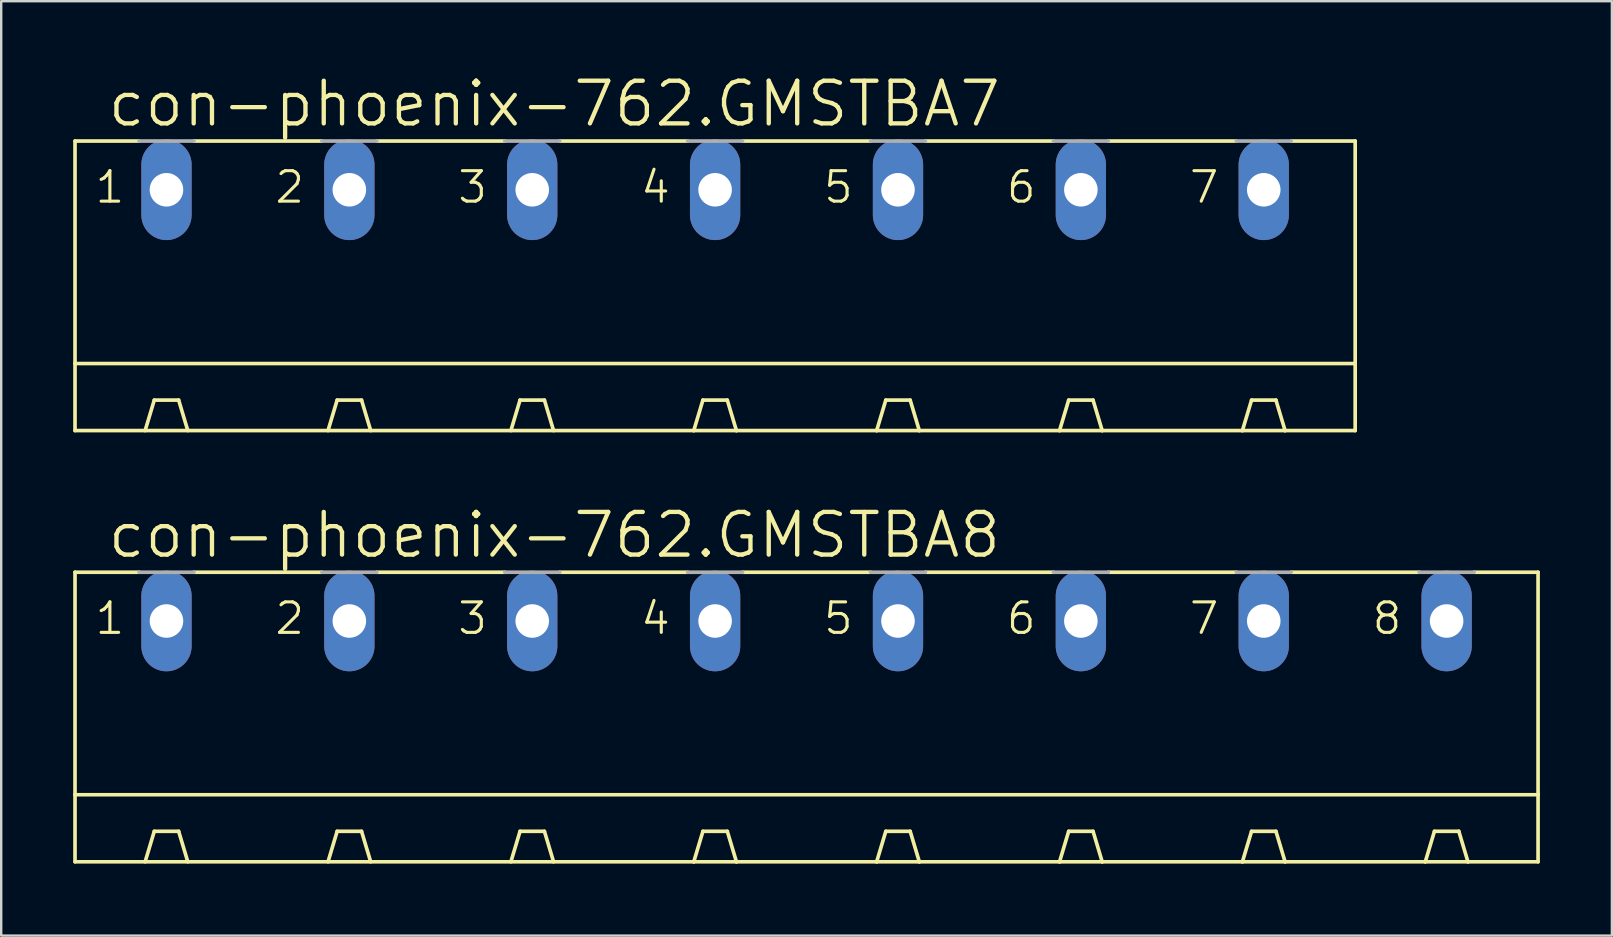
<source format=kicad_pcb>
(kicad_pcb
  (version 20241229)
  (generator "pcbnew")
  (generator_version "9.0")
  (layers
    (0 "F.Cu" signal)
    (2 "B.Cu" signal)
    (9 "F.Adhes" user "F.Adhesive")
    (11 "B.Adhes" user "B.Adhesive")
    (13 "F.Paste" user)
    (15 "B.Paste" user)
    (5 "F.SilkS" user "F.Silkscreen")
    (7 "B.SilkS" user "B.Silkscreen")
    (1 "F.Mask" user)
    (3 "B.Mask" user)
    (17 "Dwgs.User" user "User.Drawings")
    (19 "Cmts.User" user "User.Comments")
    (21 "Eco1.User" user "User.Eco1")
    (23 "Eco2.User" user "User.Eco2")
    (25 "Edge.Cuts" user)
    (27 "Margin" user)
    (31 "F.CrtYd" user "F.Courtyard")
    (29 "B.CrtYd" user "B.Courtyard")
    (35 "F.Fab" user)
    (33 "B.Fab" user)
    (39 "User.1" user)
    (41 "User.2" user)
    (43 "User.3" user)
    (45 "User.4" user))
  (footprint "con-phoenix-762.GMSTBA8"
    (layer "F.Cu")
    (at 30.556 27.905)
    (property "Reference" "con-phoenix-762.GMSTBA8" (at -29.21 -7.62 0) (layer "F.SilkS") (effects (font (size 1.778 1.778) (thickness 0.18)) (justify left bottom)))
    (attr through_hole)
    (fp_line (start -30.48 -7.112) (end -30.48 2.159) (stroke (width 0.152) (type default)) (layer "F.SilkS"))
    (fp_line (start -30.48 -7.112) (end -27.813 -7.112) (stroke (width 0.152) (type default)) (layer "F.SilkS"))
    (fp_line (start -30.48 2.159) (end -30.48 4.953) (stroke (width 0.152) (type default)) (layer "F.SilkS"))
    (fp_line (start -30.48 2.159) (end 30.48 2.159) (stroke (width 0.152) (type default)) (layer "F.SilkS"))
    (fp_line (start -27.559 4.953) (end -27.178 3.683) (stroke (width 0.152) (type default)) (layer "F.SilkS"))
    (fp_line (start -26.162 3.683) (end -27.178 3.683) (stroke (width 0.152) (type default)) (layer "F.SilkS"))
    (fp_line (start -25.781 4.953) (end -26.162 3.683) (stroke (width 0.152) (type default)) (layer "F.SilkS"))
    (fp_line (start -25.527 -7.112) (end -20.193 -7.112) (stroke (width 0.152) (type default)) (layer "F.SilkS"))
    (fp_line (start -19.939 4.953) (end -19.558 3.683) (stroke (width 0.152) (type default)) (layer "F.SilkS"))
    (fp_line (start -19.558 3.683) (end -18.542 3.683) (stroke (width 0.152) (type default)) (layer "F.SilkS"))
    (fp_line (start -18.161 4.953) (end -18.542 3.683) (stroke (width 0.152) (type default)) (layer "F.SilkS"))
    (fp_line (start -17.907 -7.112) (end -12.573 -7.112) (stroke (width 0.152) (type default)) (layer "F.SilkS"))
    (fp_line (start -12.319 4.953) (end -11.938 3.683) (stroke (width 0.152) (type default)) (layer "F.SilkS"))
    (fp_line (start -11.938 3.683) (end -10.922 3.683) (stroke (width 0.152) (type default)) (layer "F.SilkS"))
    (fp_line (start -10.541 4.953) (end -10.922 3.683) (stroke (width 0.152) (type default)) (layer "F.SilkS"))
    (fp_line (start -10.287 -7.112) (end -4.953 -7.112) (stroke (width 0.152) (type default)) (layer "F.SilkS"))
    (fp_line (start -4.699 4.953) (end -30.48 4.953) (stroke (width 0.152) (type default)) (layer "F.SilkS"))
    (fp_line (start -4.699 4.953) (end -4.318 3.683) (stroke (width 0.152) (type default)) (layer "F.SilkS"))
    (fp_line (start -4.318 3.683) (end -3.302 3.683) (stroke (width 0.152) (type default)) (layer "F.SilkS"))
    (fp_line (start -2.921 4.953) (end -4.699 4.953) (stroke (width 0.152) (type default)) (layer "F.SilkS"))
    (fp_line (start -2.921 4.953) (end -3.302 3.683) (stroke (width 0.152) (type default)) (layer "F.SilkS"))
    (fp_line (start -2.667 -7.112) (end 2.667 -7.112) (stroke (width 0.152) (type default)) (layer "F.SilkS"))
    (fp_line (start 2.921 4.953) (end -2.921 4.953) (stroke (width 0.152) (type default)) (layer "F.SilkS"))
    (fp_line (start 2.921 4.953) (end 3.302 3.683) (stroke (width 0.152) (type default)) (layer "F.SilkS"))
    (fp_line (start 3.302 3.683) (end 4.318 3.683) (stroke (width 0.152) (type default)) (layer "F.SilkS"))
    (fp_line (start 4.699 4.953) (end 2.921 4.953) (stroke (width 0.152) (type default)) (layer "F.SilkS"))
    (fp_line (start 4.699 4.953) (end 4.318 3.683) (stroke (width 0.152) (type default)) (layer "F.SilkS"))
    (fp_line (start 4.953 -7.112) (end 10.287 -7.112) (stroke (width 0.152) (type default)) (layer "F.SilkS"))
    (fp_line (start 10.541 4.953) (end 4.699 4.953) (stroke (width 0.152) (type default)) (layer "F.SilkS"))
    (fp_line (start 10.541 4.953) (end 10.922 3.683) (stroke (width 0.152) (type default)) (layer "F.SilkS"))
    (fp_line (start 10.922 3.683) (end 11.938 3.683) (stroke (width 0.152) (type default)) (layer "F.SilkS"))
    (fp_line (start 12.319 4.953) (end 10.541 4.953) (stroke (width 0.152) (type default)) (layer "F.SilkS"))
    (fp_line (start 12.319 4.953) (end 11.938 3.683) (stroke (width 0.152) (type default)) (layer "F.SilkS"))
    (fp_line (start 12.573 -7.112) (end 17.907 -7.112) (stroke (width 0.152) (type default)) (layer "F.SilkS"))
    (fp_line (start 18.161 4.953) (end 12.319 4.953) (stroke (width 0.152) (type default)) (layer "F.SilkS"))
    (fp_line (start 18.161 4.953) (end 18.542 3.683) (stroke (width 0.152) (type default)) (layer "F.SilkS"))
    (fp_line (start 18.542 3.683) (end 19.558 3.683) (stroke (width 0.152) (type default)) (layer "F.SilkS"))
    (fp_line (start 19.939 4.953) (end 18.161 4.953) (stroke (width 0.152) (type default)) (layer "F.SilkS"))
    (fp_line (start 19.939 4.953) (end 19.558 3.683) (stroke (width 0.152) (type default)) (layer "F.SilkS"))
    (fp_line (start 20.193 -7.112) (end 25.527 -7.112) (stroke (width 0.152) (type default)) (layer "F.SilkS"))
    (fp_line (start 25.781 4.953) (end 19.939 4.953) (stroke (width 0.152) (type default)) (layer "F.SilkS"))
    (fp_line (start 25.781 4.953) (end 26.162 3.683) (stroke (width 0.152) (type default)) (layer "F.SilkS"))
    (fp_line (start 26.162 3.683) (end 27.178 3.683) (stroke (width 0.152) (type default)) (layer "F.SilkS"))
    (fp_line (start 27.559 4.953) (end 25.781 4.953) (stroke (width 0.152) (type default)) (layer "F.SilkS"))
    (fp_line (start 27.559 4.953) (end 27.178 3.683) (stroke (width 0.152) (type default)) (layer "F.SilkS"))
    (fp_line (start 27.813 -7.112) (end 30.48 -7.112) (stroke (width 0.152) (type default)) (layer "F.SilkS"))
    (fp_line (start 30.48 -7.112) (end 30.48 2.159) (stroke (width 0.152) (type default)) (layer "F.SilkS"))
    (fp_line (start 30.48 2.159) (end 30.48 4.953) (stroke (width 0.152) (type default)) (layer "F.SilkS"))
    (fp_line (start 30.48 4.953) (end 27.559 4.953) (stroke (width 0.152) (type default)) (layer "F.SilkS"))
    (fp_line (start -27.813 -7.112) (end -25.527 -7.112) (stroke (width 0.152) (type default)) (layer "F.Fab"))
    (fp_line (start -20.193 -7.112) (end -17.907 -7.112) (stroke (width 0.152) (type default)) (layer "F.Fab"))
    (fp_line (start -12.573 -7.112) (end -10.287 -7.112) (stroke (width 0.152) (type default)) (layer "F.Fab"))
    (fp_line (start -4.953 -7.112) (end -2.667 -7.112) (stroke (width 0.152) (type default)) (layer "F.Fab"))
    (fp_line (start 2.667 -7.112) (end 4.953 -7.112) (stroke (width 0.152) (type default)) (layer "F.Fab"))
    (fp_line (start 10.287 -7.112) (end 12.573 -7.112) (stroke (width 0.152) (type default)) (layer "F.Fab"))
    (fp_line (start 17.907 -7.112) (end 20.193 -7.112) (stroke (width 0.152) (type default)) (layer "F.Fab"))
    (fp_line (start 25.527 -7.112) (end 27.813 -7.112) (stroke (width 0.152) (type default)) (layer "F.Fab"))
    (fp_text user "1" (at -29.718 -4.445 0) (layer "F.SilkS") (effects (font (size 1.27 1.27) (thickness 0.13)) (justify left bottom)))
    (fp_text user "3" (at -14.605 -4.445 0) (layer "F.SilkS") (effects (font (size 1.27 1.27) (thickness 0.13)) (justify left bottom)))
    (fp_text user "5" (at 0.635 -4.445 0) (layer "F.SilkS") (effects (font (size 1.27 1.27) (thickness 0.13)) (justify left bottom)))
    (fp_text user "7" (at 15.875 -4.445 0) (layer "F.SilkS") (effects (font (size 1.27 1.27) (thickness 0.13)) (justify left bottom)))
    (fp_text user "2" (at -22.225 -4.445 0) (layer "F.SilkS") (effects (font (size 1.27 1.27) (thickness 0.13)) (justify left bottom)))
    (fp_text user "6" (at 8.255 -4.445 0) (layer "F.SilkS") (effects (font (size 1.27 1.27) (thickness 0.13)) (justify left bottom)))
    (fp_text user "4" (at -6.985 -4.445 0) (layer "F.SilkS") (effects (font (size 1.27 1.27) (thickness 0.13)) (justify left bottom)))
    (fp_text user "8" (at 23.495 -4.445 0) (layer "F.SilkS") (effects (font (size 1.27 1.27) (thickness 0.13)) (justify left bottom)))
    (pad "1" thru_hole oval (at -26.67 -5.08 90) (size 4.191 2.095) (drill 1.397) (layers "*.Cu" "*.Mask"))
    (pad "2" thru_hole oval (at -19.05 -5.08 90) (size 4.191 2.095) (drill 1.397) (layers "*.Cu" "*.Mask"))
    (pad "3" thru_hole oval (at -11.43 -5.08 90) (size 4.191 2.095) (drill 1.397) (layers "*.Cu" "*.Mask"))
    (pad "4" thru_hole oval (at -3.81 -5.08 90) (size 4.191 2.095) (drill 1.397) (layers "*.Cu" "*.Mask"))
    (pad "5" thru_hole oval (at 3.81 -5.08 90) (size 4.191 2.095) (drill 1.397) (layers "*.Cu" "*.Mask"))
    (pad "6" thru_hole oval (at 11.43 -5.08 90) (size 4.191 2.095) (drill 1.397) (layers "*.Cu" "*.Mask"))
    (pad "7" thru_hole oval (at 19.05 -5.08 90) (size 4.191 2.095) (drill 1.397) (layers "*.Cu" "*.Mask"))
    (pad "8" thru_hole oval (at 26.67 -5.08 90) (size 4.191 2.095) (drill 1.397) (layers "*.Cu" "*.Mask")))
  (footprint "con-phoenix-762.GMSTBA7"
    (layer "F.Cu")
    (at 26.746 9.938)
    (property "Reference" "con-phoenix-762.GMSTBA7" (at -25.4 -7.62 0) (layer "F.SilkS") (effects (font (size 1.778 1.778) (thickness 0.18)) (justify left bottom)))
    (attr through_hole)
    (fp_line (start -26.67 -7.112) (end -26.67 2.159) (stroke (width 0.152) (type default)) (layer "F.SilkS"))
    (fp_line (start -26.67 -7.112) (end -24.003 -7.112) (stroke (width 0.152) (type default)) (layer "F.SilkS"))
    (fp_line (start -26.67 2.159) (end -26.67 4.953) (stroke (width 0.152) (type default)) (layer "F.SilkS"))
    (fp_line (start -26.67 2.159) (end 26.67 2.159) (stroke (width 0.152) (type default)) (layer "F.SilkS"))
    (fp_line (start -23.749 4.953) (end -23.368 3.683) (stroke (width 0.152) (type default)) (layer "F.SilkS"))
    (fp_line (start -22.352 3.683) (end -23.368 3.683) (stroke (width 0.152) (type default)) (layer "F.SilkS"))
    (fp_line (start -21.971 4.953) (end -22.352 3.683) (stroke (width 0.152) (type default)) (layer "F.SilkS"))
    (fp_line (start -21.717 -7.112) (end -16.383 -7.112) (stroke (width 0.152) (type default)) (layer "F.SilkS"))
    (fp_line (start -16.129 4.953) (end -15.748 3.683) (stroke (width 0.152) (type default)) (layer "F.SilkS"))
    (fp_line (start -15.748 3.683) (end -14.732 3.683) (stroke (width 0.152) (type default)) (layer "F.SilkS"))
    (fp_line (start -14.351 4.953) (end -14.732 3.683) (stroke (width 0.152) (type default)) (layer "F.SilkS"))
    (fp_line (start -14.097 -7.112) (end -8.763 -7.112) (stroke (width 0.152) (type default)) (layer "F.SilkS"))
    (fp_line (start -8.509 4.953) (end -8.128 3.683) (stroke (width 0.152) (type default)) (layer "F.SilkS"))
    (fp_line (start -8.128 3.683) (end -7.112 3.683) (stroke (width 0.152) (type default)) (layer "F.SilkS"))
    (fp_line (start -6.731 4.953) (end -7.112 3.683) (stroke (width 0.152) (type default)) (layer "F.SilkS"))
    (fp_line (start -6.477 -7.112) (end -1.143 -7.112) (stroke (width 0.152) (type default)) (layer "F.SilkS"))
    (fp_line (start -0.889 4.953) (end -26.67 4.953) (stroke (width 0.152) (type default)) (layer "F.SilkS"))
    (fp_line (start -0.889 4.953) (end -0.508 3.683) (stroke (width 0.152) (type default)) (layer "F.SilkS"))
    (fp_line (start -0.508 3.683) (end 0.508 3.683) (stroke (width 0.152) (type default)) (layer "F.SilkS"))
    (fp_line (start 0.889 4.953) (end -0.889 4.953) (stroke (width 0.152) (type default)) (layer "F.SilkS"))
    (fp_line (start 0.889 4.953) (end 0.508 3.683) (stroke (width 0.152) (type default)) (layer "F.SilkS"))
    (fp_line (start 1.143 -7.112) (end 6.477 -7.112) (stroke (width 0.152) (type default)) (layer "F.SilkS"))
    (fp_line (start 6.731 4.953) (end 0.889 4.953) (stroke (width 0.152) (type default)) (layer "F.SilkS"))
    (fp_line (start 6.731 4.953) (end 7.112 3.683) (stroke (width 0.152) (type default)) (layer "F.SilkS"))
    (fp_line (start 7.112 3.683) (end 8.128 3.683) (stroke (width 0.152) (type default)) (layer "F.SilkS"))
    (fp_line (start 8.509 4.953) (end 6.731 4.953) (stroke (width 0.152) (type default)) (layer "F.SilkS"))
    (fp_line (start 8.509 4.953) (end 8.128 3.683) (stroke (width 0.152) (type default)) (layer "F.SilkS"))
    (fp_line (start 8.763 -7.112) (end 14.097 -7.112) (stroke (width 0.152) (type default)) (layer "F.SilkS"))
    (fp_line (start 14.351 4.953) (end 8.509 4.953) (stroke (width 0.152) (type default)) (layer "F.SilkS"))
    (fp_line (start 14.351 4.953) (end 14.732 3.683) (stroke (width 0.152) (type default)) (layer "F.SilkS"))
    (fp_line (start 14.732 3.683) (end 15.748 3.683) (stroke (width 0.152) (type default)) (layer "F.SilkS"))
    (fp_line (start 16.129 4.953) (end 14.351 4.953) (stroke (width 0.152) (type default)) (layer "F.SilkS"))
    (fp_line (start 16.129 4.953) (end 15.748 3.683) (stroke (width 0.152) (type default)) (layer "F.SilkS"))
    (fp_line (start 16.383 -7.112) (end 21.717 -7.112) (stroke (width 0.152) (type default)) (layer "F.SilkS"))
    (fp_line (start 21.971 4.953) (end 16.129 4.953) (stroke (width 0.152) (type default)) (layer "F.SilkS"))
    (fp_line (start 21.971 4.953) (end 22.352 3.683) (stroke (width 0.152) (type default)) (layer "F.SilkS"))
    (fp_line (start 22.352 3.683) (end 23.368 3.683) (stroke (width 0.152) (type default)) (layer "F.SilkS"))
    (fp_line (start 23.749 4.953) (end 21.971 4.953) (stroke (width 0.152) (type default)) (layer "F.SilkS"))
    (fp_line (start 23.749 4.953) (end 23.368 3.683) (stroke (width 0.152) (type default)) (layer "F.SilkS"))
    (fp_line (start 24.003 -7.112) (end 26.67 -7.112) (stroke (width 0.152) (type default)) (layer "F.SilkS"))
    (fp_line (start 26.67 -7.112) (end 26.67 2.159) (stroke (width 0.152) (type default)) (layer "F.SilkS"))
    (fp_line (start 26.67 2.159) (end 26.67 4.953) (stroke (width 0.152) (type default)) (layer "F.SilkS"))
    (fp_line (start 26.67 4.953) (end 23.749 4.953) (stroke (width 0.152) (type default)) (layer "F.SilkS"))
    (fp_line (start -24.003 -7.112) (end -21.717 -7.112) (stroke (width 0.152) (type default)) (layer "F.Fab"))
    (fp_line (start -16.383 -7.112) (end -14.097 -7.112) (stroke (width 0.152) (type default)) (layer "F.Fab"))
    (fp_line (start -8.763 -7.112) (end -6.477 -7.112) (stroke (width 0.152) (type default)) (layer "F.Fab"))
    (fp_line (start -1.143 -7.112) (end 1.143 -7.112) (stroke (width 0.152) (type default)) (layer "F.Fab"))
    (fp_line (start 6.477 -7.112) (end 8.763 -7.112) (stroke (width 0.152) (type default)) (layer "F.Fab"))
    (fp_line (start 14.097 -7.112) (end 16.383 -7.112) (stroke (width 0.152) (type default)) (layer "F.Fab"))
    (fp_line (start 21.717 -7.112) (end 24.003 -7.112) (stroke (width 0.152) (type default)) (layer "F.Fab"))
    (fp_text user "1" (at -25.908 -4.445 0) (layer "F.SilkS") (effects (font (size 1.27 1.27) (thickness 0.13)) (justify left bottom)))
    (fp_text user "6" (at 12.065 -4.445 0) (layer "F.SilkS") (effects (font (size 1.27 1.27) (thickness 0.13)) (justify left bottom)))
    (fp_text user "4" (at -3.175 -4.445 0) (layer "F.SilkS") (effects (font (size 1.27 1.27) (thickness 0.13)) (justify left bottom)))
    (fp_text user "7" (at 19.685 -4.445 0) (layer "F.SilkS") (effects (font (size 1.27 1.27) (thickness 0.13)) (justify left bottom)))
    (fp_text user "3" (at -10.795 -4.445 0) (layer "F.SilkS") (effects (font (size 1.27 1.27) (thickness 0.13)) (justify left bottom)))
    (fp_text user "5" (at 4.445 -4.445 0) (layer "F.SilkS") (effects (font (size 1.27 1.27) (thickness 0.13)) (justify left bottom)))
    (fp_text user "2" (at -18.415 -4.445 0) (layer "F.SilkS") (effects (font (size 1.27 1.27) (thickness 0.13)) (justify left bottom)))
    (pad "1" thru_hole oval (at -22.86 -5.08 90) (size 4.191 2.095) (drill 1.397) (layers "*.Cu" "*.Mask"))
    (pad "2" thru_hole oval (at -15.24 -5.08 90) (size 4.191 2.095) (drill 1.397) (layers "*.Cu" "*.Mask"))
    (pad "3" thru_hole oval (at -7.62 -5.08 90) (size 4.191 2.095) (drill 1.397) (layers "*.Cu" "*.Mask"))
    (pad "4" thru_hole oval (at 0 -5.08 90) (size 4.191 2.095) (drill 1.397) (layers "*.Cu" "*.Mask"))
    (pad "5" thru_hole oval (at 7.62 -5.08 90) (size 4.191 2.095) (drill 1.397) (layers "*.Cu" "*.Mask"))
    (pad "6" thru_hole oval (at 15.24 -5.08 90) (size 4.191 2.095) (drill 1.397) (layers "*.Cu" "*.Mask"))
    (pad "7" thru_hole oval (at 22.86 -5.08 90) (size 4.191 2.095) (drill 1.397) (layers "*.Cu" "*.Mask")))
  (gr_rect
    (start -3 -3)
    (end 64.112 35.934)
    (stroke (width 0.1) (type default))
    (fill no)
    (layer "Edge.Cuts")))
</source>
